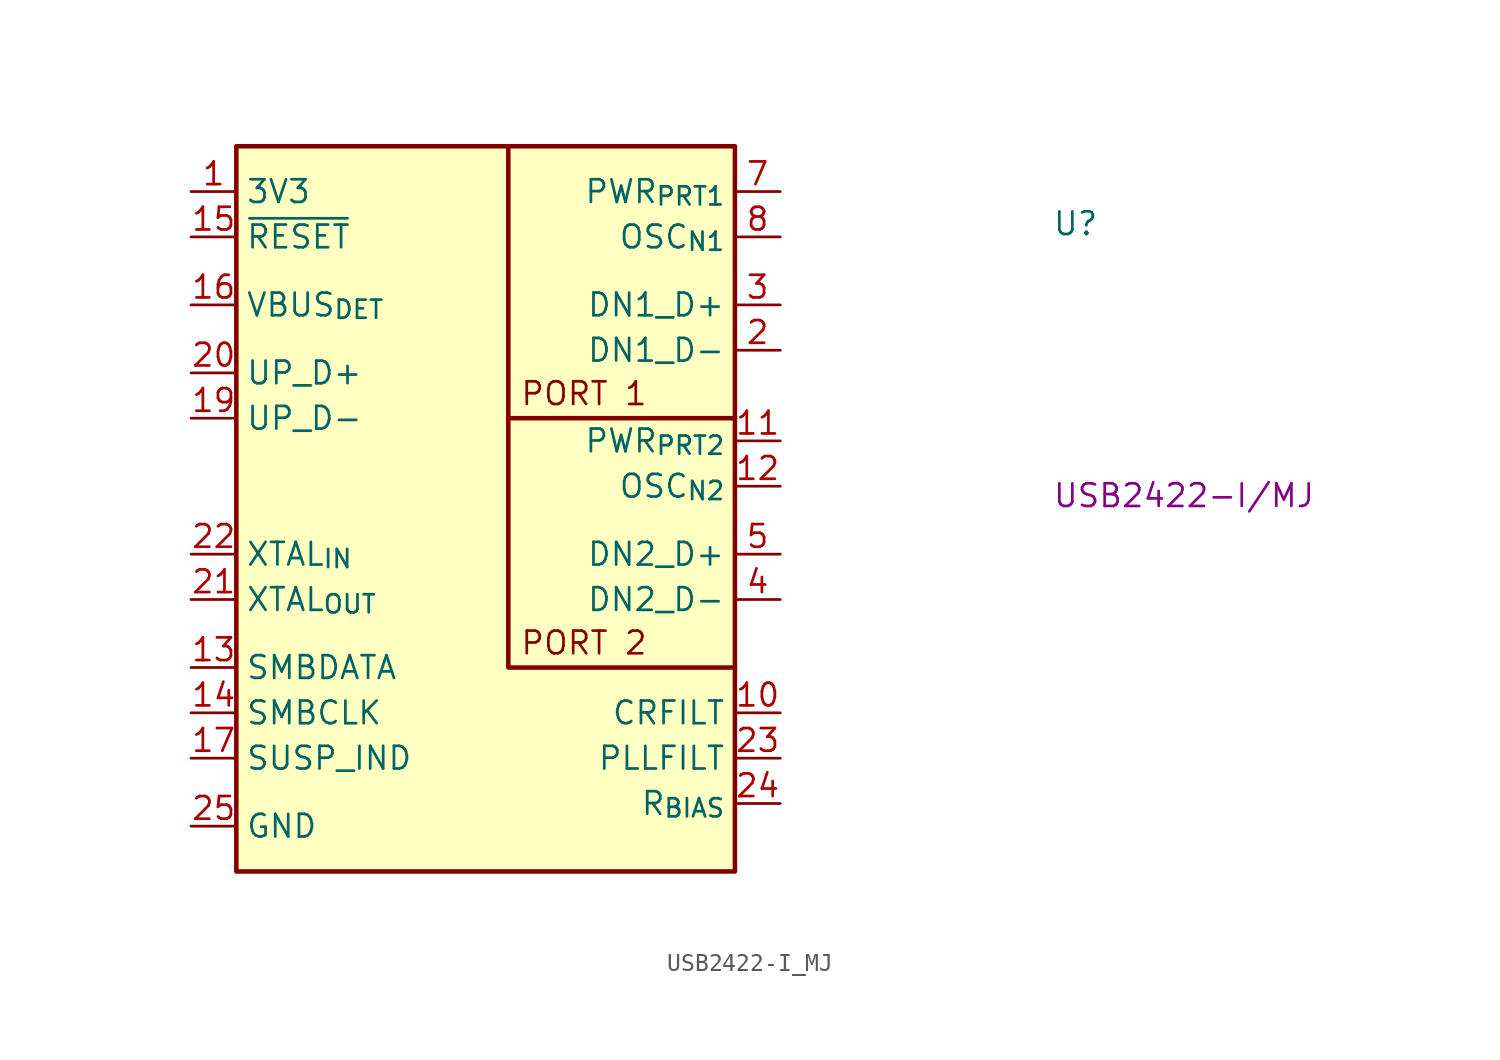
<source format=kicad_sym>
(kicad_symbol_lib
  (version 20220914)
  (generator kicad_symbol_editor)
  (symbol "USB2422-I_MJ"
    (property "Reference" "U"
      (at 48.26 -2.54 0)
      (effects (font (size 1.27 1.27) (thickness 0.15)) (justify left bottom)))
    (property "MPN" "USB2422-I/MJ"
      (at 48.26 -17.78 0)
      (effects (font (size 1.27 1.27) (thickness 0.15)) (justify left bottom)))
    (symbol "USB2422-I_MJ_1_1"
      (polyline (pts (xy 17.78 -12.7) (xy 17.78 -26.67) (xy 30.48 -26.67)) (stroke (width 0.254) (type default)) (fill (type background)))
      (polyline (pts (xy 30.48 -12.7) (xy 17.78 -12.7) (xy 17.78 2.54)) (stroke (width 0.254) (type default)) (fill (type background)))
      (rectangle (start 2.54 2.54) (end 30.48 -38.1) (stroke (width 0.254) (type default)) (fill (type background)))
      (text "PORT 1" (at 18.415 -12.065 0) (effects (font (size 1.27 1.27) (thickness 0.15)) (justify left bottom)))
      (text "PORT 2" (at 18.415 -26.035 0) (effects (font (size 1.27 1.27) (thickness 0.15)) (justify left bottom)))
      (pin power_in line (at 0 0 0) (length 2.54) (name "3V3" (effects (font (size 1.27 1.27)))) (number "1" (effects (font (size 1.27 1.27)))))
      (pin passive line (at 33.02 -29.21 180) (length 2.54) (name "CRFILT" (effects (font (size 1.27 1.27)))) (number "10" (effects (font (size 1.27 1.27)))))
      (pin output line (at 33.02 -13.97 180) (length 2.54) (name "PWR_{PRT2}" (effects (font (size 1.27 1.27)))) (number "11" (effects (font (size 1.27 1.27)))))
      (pin input line (at 33.02 -16.51 180) (length 2.54) (name "OSC_{N2}" (effects (font (size 1.27 1.27)))) (number "12" (effects (font (size 1.27 1.27)))))
      (pin input line (at 0 -26.67 0) (length 2.54) (name "SMBDATA" (effects (font (size 1.27 1.27)))) (number "13" (effects (font (size 1.27 1.27)))) (alternate "NON_REM1" input line))
      (pin input line (at 0 -29.21 0) (length 2.54) (name "SMBCLK" (effects (font (size 1.27 1.27)))) (number "14" (effects (font (size 1.27 1.27)))) (alternate "CFG_SEL" output line))
      (pin input line (at 0 -2.54 0) (length 2.54) (name "~{RESET}" (effects (font (size 1.27 1.27)))) (number "15" (effects (font (size 1.27 1.27)))))
      (pin input line (at 0 -6.35 0) (length 2.54) (name "VBUS_{DET}" (effects (font (size 1.27 1.27)))) (number "16" (effects (font (size 1.27 1.27)))))
      (pin input line (at 0 -31.75 0) (length 2.54) (name "SUSP_IND" (effects (font (size 1.27 1.27)))) (number "17" (effects (font (size 1.27 1.27)))) (alternate "LOCAL_PWR" input line) (alternate "NON_REM0" input line))
      (pin passive line (at 0 0 0) (length 2.54) hide (name "3V3" (effects (font (size 1.27 1.27)))) (number "18" (effects (font (size 1.27 1.27)))))
      (pin bidirectional line (at 0 -12.7 0) (length 2.54) (name "UP_D-" (effects (font (size 1.27 1.27)))) (number "19" (effects (font (size 1.27 1.27)))))
      (pin bidirectional line (at 33.02 -8.89 180) (length 2.54) (name "DN1_D-" (effects (font (size 1.27 1.27)))) (number "2" (effects (font (size 1.27 1.27)))))
      (pin bidirectional line (at 0 -10.16 0) (length 2.54) (name "UP_D+" (effects (font (size 1.27 1.27)))) (number "20" (effects (font (size 1.27 1.27)))))
      (pin input line (at 0 -22.86 0) (length 2.54) (name "XTAL_{OUT}" (effects (font (size 1.27 1.27)))) (number "21" (effects (font (size 1.27 1.27)))))
      (pin input line (at 0 -20.32 0) (length 2.54) (name "XTAL_{IN}" (effects (font (size 1.27 1.27)))) (number "22" (effects (font (size 1.27 1.27)))) (alternate "CLKIN" input line))
      (pin passive line (at 33.02 -31.75 180) (length 2.54) (name "PLLFILT" (effects (font (size 1.27 1.27)))) (number "23" (effects (font (size 1.27 1.27)))))
      (pin passive line (at 33.02 -34.29 180) (length 2.54) (name "R_{BIAS}" (effects (font (size 1.27 1.27)))) (number "24" (effects (font (size 1.27 1.27)))))
      (pin power_in line (at 0 -35.56 0) (length 2.54) (name "GND" (effects (font (size 1.27 1.27)))) (number "25" (effects (font (size 1.27 1.27)))))
      (pin bidirectional line (at 33.02 -6.35 180) (length 2.54) (name "DN1_D+" (effects (font (size 1.27 1.27)))) (number "3" (effects (font (size 1.27 1.27)))))
      (pin bidirectional line (at 33.02 -22.86 180) (length 2.54) (name "DN2_D-" (effects (font (size 1.27 1.27)))) (number "4" (effects (font (size 1.27 1.27)))))
      (pin bidirectional line (at 33.02 -20.32 180) (length 2.54) (name "DN2_D+" (effects (font (size 1.27 1.27)))) (number "5" (effects (font (size 1.27 1.27)))))
      (pin no_connect line (at 0 -16.51 0) (length 2.54) hide (name "NC" (effects (font (size 1.27 1.27)))) (number "6" (effects (font (size 1.27 1.27)))))
      (pin output line (at 33.02 0 180) (length 2.54) (name "PWR_{PRT1}" (effects (font (size 1.27 1.27)))) (number "7" (effects (font (size 1.27 1.27)))) (alternate "BC_EN1" passive line))
      (pin input line (at 33.02 -2.54 180) (length 2.54) (name "OSC_{N1}" (effects (font (size 1.27 1.27)))) (number "8" (effects (font (size 1.27 1.27)))))
      (pin passive line (at 0 0 0) (length 2.54) hide (name "3V3" (effects (font (size 1.27 1.27)))) (number "9" (effects (font (size 1.27 1.27))))))))
</source>
